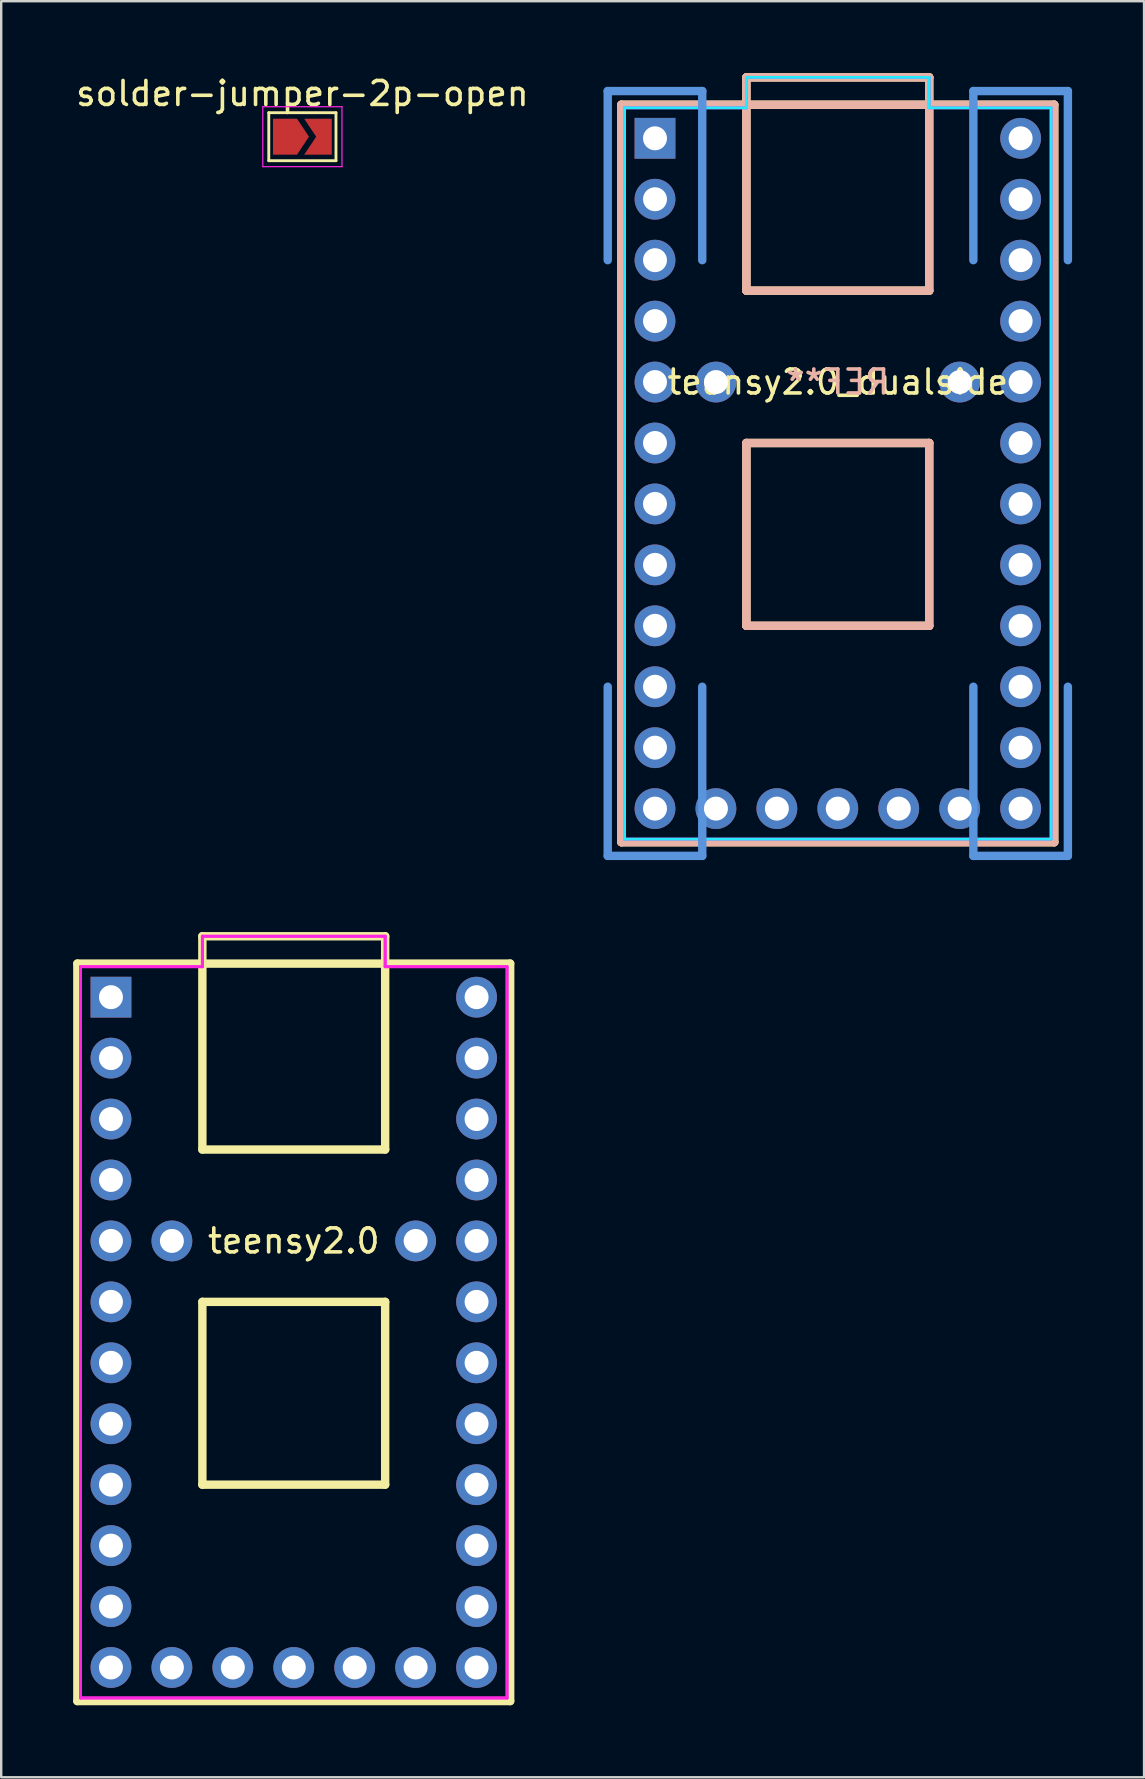
<source format=kicad_pcb>
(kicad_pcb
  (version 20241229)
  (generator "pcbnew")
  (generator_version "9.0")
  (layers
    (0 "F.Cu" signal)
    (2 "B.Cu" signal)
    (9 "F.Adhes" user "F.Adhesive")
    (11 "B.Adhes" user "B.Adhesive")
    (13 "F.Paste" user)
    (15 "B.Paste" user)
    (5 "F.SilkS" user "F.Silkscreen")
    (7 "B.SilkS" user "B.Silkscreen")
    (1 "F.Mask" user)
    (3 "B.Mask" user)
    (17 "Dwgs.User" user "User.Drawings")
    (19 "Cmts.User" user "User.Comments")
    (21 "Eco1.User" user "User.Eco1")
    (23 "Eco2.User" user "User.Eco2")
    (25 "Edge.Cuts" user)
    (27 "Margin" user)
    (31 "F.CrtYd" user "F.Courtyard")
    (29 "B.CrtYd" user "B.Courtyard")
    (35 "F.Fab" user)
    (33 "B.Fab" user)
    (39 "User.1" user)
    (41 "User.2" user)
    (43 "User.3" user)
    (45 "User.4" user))
  (footprint "teensy2.0_dualside"
    (layer "F.Cu")
    (at 31.872 16.685)
    (property "Reference" "teensy2.0_dualside" (at 0 -3.81 180) (layer "F.SilkS") (effects (font (size 1 1) (thickness 0.15))))
    (attr through_hole)
    (fp_line (start -9.02 -15.37) (end 9.02 -15.37) (stroke (width 0.35) (type solid)) (layer "F.SilkS"))
    (fp_line (start -9.02 15.37) (end -9.02 -15.37) (stroke (width 0.35) (type solid)) (layer "F.SilkS"))
    (fp_line (start -3.81 -16.51) (end 3.81 -16.51) (stroke (width 0.35) (type solid)) (layer "F.SilkS"))
    (fp_line (start -3.81 -7.62) (end -3.81 -16.51) (stroke (width 0.35) (type solid)) (layer "F.SilkS"))
    (fp_line (start -3.81 -1.27) (end -3.81 6.35) (stroke (width 0.35) (type solid)) (layer "F.SilkS"))
    (fp_line (start -3.81 6.35) (end 3.81 6.35) (stroke (width 0.35) (type solid)) (layer "F.SilkS"))
    (fp_line (start 3.81 -16.51) (end 3.81 -7.62) (stroke (width 0.35) (type solid)) (layer "F.SilkS"))
    (fp_line (start 3.81 -7.62) (end -3.81 -7.62) (stroke (width 0.35) (type solid)) (layer "F.SilkS"))
    (fp_line (start 3.81 -1.27) (end -3.81 -1.27) (stroke (width 0.35) (type solid)) (layer "F.SilkS"))
    (fp_line (start 3.81 6.35) (end 3.81 -1.27) (stroke (width 0.35) (type solid)) (layer "F.SilkS"))
    (fp_line (start 9.02 -15.37) (end 9.02 15.37) (stroke (width 0.35) (type solid)) (layer "F.SilkS"))
    (fp_line (start 9.02 15.37) (end -9.02 15.37) (stroke (width 0.35) (type solid)) (layer "F.SilkS"))
    (fp_line (start -9.02 -15.37) (end -9.02 15.37) (stroke (width 0.35) (type solid)) (layer "B.SilkS"))
    (fp_line (start -9.02 15.37) (end 9.02 15.37) (stroke (width 0.35) (type solid)) (layer "B.SilkS"))
    (fp_line (start -3.81 -16.51) (end -3.81 -7.62) (stroke (width 0.35) (type solid)) (layer "B.SilkS"))
    (fp_line (start -3.81 -7.62) (end 3.81 -7.62) (stroke (width 0.35) (type solid)) (layer "B.SilkS"))
    (fp_line (start -3.81 -1.27) (end 3.81 -1.27) (stroke (width 0.35) (type solid)) (layer "B.SilkS"))
    (fp_line (start -3.81 6.35) (end -3.81 -1.27) (stroke (width 0.35) (type solid)) (layer "B.SilkS"))
    (fp_line (start 3.81 -16.51) (end -3.81 -16.51) (stroke (width 0.35) (type solid)) (layer "B.SilkS"))
    (fp_line (start 3.81 -7.62) (end 3.81 -16.51) (stroke (width 0.35) (type solid)) (layer "B.SilkS"))
    (fp_line (start 3.81 -1.27) (end 3.81 6.35) (stroke (width 0.35) (type solid)) (layer "B.SilkS"))
    (fp_line (start 3.81 6.35) (end -3.81 6.35) (stroke (width 0.35) (type solid)) (layer "B.SilkS"))
    (fp_line (start 9.02 -15.37) (end -9.02 -15.37) (stroke (width 0.35) (type solid)) (layer "B.SilkS"))
    (fp_line (start 9.02 15.37) (end 9.02 -15.37) (stroke (width 0.35) (type solid)) (layer "B.SilkS"))
    (fp_line (start -9.59 -15.94) (end -5.65 -15.94) (stroke (width 0.35) (type solid)) (layer "Cmts.User"))
    (fp_line (start -9.59 -8.89) (end -9.59 -15.94) (stroke (width 0.35) (type solid)) (layer "Cmts.User"))
    (fp_line (start -9.59 8.89) (end -9.59 15.94) (stroke (width 0.35) (type solid)) (layer "Cmts.User"))
    (fp_line (start -5.65 -8.89) (end -5.65 -15.94) (stroke (width 0.35) (type solid)) (layer "Cmts.User"))
    (fp_line (start -5.65 8.89) (end -5.65 15.94) (stroke (width 0.35) (type solid)) (layer "Cmts.User"))
    (fp_line (start -5.65 15.94) (end -9.59 15.94) (stroke (width 0.35) (type solid)) (layer "Cmts.User"))
    (fp_line (start 5.65 -15.94) (end 9.59 -15.94) (stroke (width 0.35) (type solid)) (layer "Cmts.User"))
    (fp_line (start 5.65 -8.89) (end 5.65 -15.94) (stroke (width 0.35) (type solid)) (layer "Cmts.User"))
    (fp_line (start 5.65 8.89) (end 5.65 15.94) (stroke (width 0.35) (type solid)) (layer "Cmts.User"))
    (fp_line (start 9.59 -8.89) (end 9.59 -15.94) (stroke (width 0.35) (type solid)) (layer "Cmts.User"))
    (fp_line (start 9.59 8.89) (end 9.59 15.94) (stroke (width 0.35) (type solid)) (layer "Cmts.User"))
    (fp_line (start 9.59 15.94) (end 5.65 15.94) (stroke (width 0.35) (type solid)) (layer "Cmts.User"))
    (fp_line (start -9.09 -15.44) (end -6.15 -15.44) (stroke (width 0.1) (type solid)) (layer "Eco1.User"))
    (fp_line (start -9.09 15.44) (end -9.09 -15.44) (stroke (width 0.1) (type solid)) (layer "Eco1.User"))
    (fp_line (start -6.15 -15.44) (end -6.15 15.44) (stroke (width 0.1) (type solid)) (layer "Eco1.User"))
    (fp_line (start -6.15 15.44) (end -9.09 15.44) (stroke (width 0.1) (type solid)) (layer "Eco1.User"))
    (fp_line (start 6.15 -15.44) (end 9.09 -15.44) (stroke (width 0.1) (type solid)) (layer "Eco1.User"))
    (fp_line (start 6.15 15.44) (end 6.15 -15.44) (stroke (width 0.1) (type solid)) (layer "Eco1.User"))
    (fp_line (start 9.09 -15.44) (end 9.09 15.44) (stroke (width 0.1) (type solid)) (layer "Eco1.User"))
    (fp_line (start 9.09 15.44) (end 6.15 15.44) (stroke (width 0.1) (type solid)) (layer "Eco1.User"))
    (fp_line (start -9.09 -15.44) (end -6.15 -15.44) (stroke (width 0.1) (type solid)) (layer "Eco2.User"))
    (fp_line (start -9.09 15.44) (end -9.09 -15.44) (stroke (width 0.1) (type solid)) (layer "Eco2.User"))
    (fp_line (start -6.15 -15.44) (end -6.15 15.44) (stroke (width 0.1) (type solid)) (layer "Eco2.User"))
    (fp_line (start -6.15 15.44) (end -9.09 15.44) (stroke (width 0.1) (type solid)) (layer "Eco2.User"))
    (fp_line (start 6.15 -15.44) (end 9.09 -15.44) (stroke (width 0.1) (type solid)) (layer "Eco2.User"))
    (fp_line (start 6.15 15.44) (end 6.15 -15.44) (stroke (width 0.1) (type solid)) (layer "Eco2.User"))
    (fp_line (start 9.09 -15.44) (end 9.09 15.44) (stroke (width 0.1) (type solid)) (layer "Eco2.User"))
    (fp_line (start 9.09 15.44) (end 6.15 15.44) (stroke (width 0.1) (type solid)) (layer "Eco2.User"))
    (fp_line (start -8.89 -15.24) (end -3.81 -15.24) (stroke (width 0.12) (type solid)) (layer "B.CrtYd"))
    (fp_line (start -8.89 15.24) (end -8.89 -15.24) (stroke (width 0.12) (type solid)) (layer "B.CrtYd"))
    (fp_line (start -3.81 -16.51) (end 3.81 -16.51) (stroke (width 0.12) (type solid)) (layer "B.CrtYd"))
    (fp_line (start -3.81 -15.24) (end -3.81 -16.51) (stroke (width 0.12) (type solid)) (layer "B.CrtYd"))
    (fp_line (start 3.81 -16.51) (end 3.81 -15.24) (stroke (width 0.12) (type solid)) (layer "B.CrtYd"))
    (fp_line (start 3.81 -15.24) (end 8.89 -15.24) (stroke (width 0.12) (type solid)) (layer "B.CrtYd"))
    (fp_line (start 8.89 -15.24) (end 8.89 15.24) (stroke (width 0.12) (type solid)) (layer "B.CrtYd"))
    (fp_line (start 8.89 15.24) (end -8.89 15.24) (stroke (width 0.12) (type solid)) (layer "B.CrtYd"))
    (fp_line (start -8.89 -15.24) (end -8.89 15.24) (stroke (width 0.12) (type solid)) (layer "F.CrtYd"))
    (fp_line (start -8.89 15.24) (end 8.89 15.24) (stroke (width 0.12) (type solid)) (layer "F.CrtYd"))
    (fp_line (start -3.81 -16.51) (end -3.81 -15.24) (stroke (width 0.12) (type solid)) (layer "F.CrtYd"))
    (fp_line (start -3.81 -15.24) (end -8.89 -15.24) (stroke (width 0.12) (type solid)) (layer "F.CrtYd"))
    (fp_line (start 3.81 -16.51) (end -3.81 -16.51) (stroke (width 0.12) (type solid)) (layer "F.CrtYd"))
    (fp_line (start 3.81 -15.24) (end 3.81 -16.51) (stroke (width 0.12) (type solid)) (layer "F.CrtYd"))
    (fp_line (start 8.89 -15.24) (end 3.81 -15.24) (stroke (width 0.12) (type solid)) (layer "F.CrtYd"))
    (fp_line (start 8.89 15.24) (end 8.89 -15.24) (stroke (width 0.12) (type solid)) (layer "F.CrtYd"))
    (fp_text user "REF**" (at 0 -3.81 0) (layer "B.SilkS") (effects (font (size 1 1) (thickness 0.15)) (justify mirror)))
    (pad "1" thru_hole rect (at -7.62 -13.97) (size 1.7 1.7) (drill 1) (layers "*.Cu" "*.Mask"))
    (pad "2" thru_hole circle (at -7.62 -11.43) (size 1.7 1.7) (drill 1) (layers "*.Cu" "*.Mask"))
    (pad "3" thru_hole circle (at -7.62 -8.89) (size 1.7 1.7) (drill 1) (layers "*.Cu" "*.Mask"))
    (pad "4" thru_hole circle (at -7.62 -6.35) (size 1.7 1.7) (drill 1) (layers "*.Cu" "*.Mask"))
    (pad "5" thru_hole circle (at -7.62 -3.81) (size 1.7 1.7) (drill 1) (layers "*.Cu" "*.Mask"))
    (pad "6" thru_hole circle (at -7.62 -1.27) (size 1.7 1.7) (drill 1) (layers "*.Cu" "*.Mask"))
    (pad "7" thru_hole circle (at -7.62 1.27) (size 1.7 1.7) (drill 1) (layers "*.Cu" "*.Mask"))
    (pad "8" thru_hole circle (at -7.62 3.81) (size 1.7 1.7) (drill 1) (layers "*.Cu" "*.Mask"))
    (pad "9" thru_hole circle (at -7.62 6.35) (size 1.7 1.7) (drill 1) (layers "*.Cu" "*.Mask"))
    (pad "10" thru_hole circle (at -7.62 8.89) (size 1.7 1.7) (drill 1) (layers "*.Cu" "*.Mask"))
    (pad "11" thru_hole circle (at -7.62 11.43) (size 1.7 1.7) (drill 1) (layers "*.Cu" "*.Mask"))
    (pad "12" thru_hole circle (at -7.62 13.97) (size 1.7 1.7) (drill 1) (layers "*.Cu" "*.Mask"))
    (pad "13" thru_hole circle (at -5.08 13.97) (size 1.7 1.7) (drill 1) (layers "*.Cu" "*.Mask"))
    (pad "14" thru_hole circle (at -2.54 13.97) (size 1.7 1.7) (drill 1) (layers "*.Cu" "*.Mask"))
    (pad "15" thru_hole circle (at 0 13.97) (size 1.7 1.7) (drill 1) (layers "*.Cu" "*.Mask"))
    (pad "16" thru_hole circle (at 2.54 13.97) (size 1.7 1.7) (drill 1) (layers "*.Cu" "*.Mask"))
    (pad "17" thru_hole circle (at 5.08 13.97) (size 1.7 1.7) (drill 1) (layers "*.Cu" "*.Mask"))
    (pad "18" thru_hole circle (at 7.62 13.97) (size 1.7 1.7) (drill 1) (layers "*.Cu" "*.Mask"))
    (pad "19" thru_hole circle (at 7.62 11.43) (size 1.7 1.7) (drill 1) (layers "*.Cu" "*.Mask"))
    (pad "20" thru_hole circle (at 7.62 8.89) (size 1.7 1.7) (drill 1) (layers "*.Cu" "*.Mask"))
    (pad "21" thru_hole circle (at 7.62 6.35) (size 1.7 1.7) (drill 1) (layers "*.Cu" "*.Mask"))
    (pad "22" thru_hole circle (at 7.62 3.81) (size 1.7 1.7) (drill 1) (layers "*.Cu" "*.Mask"))
    (pad "23" thru_hole circle (at 7.62 1.27) (size 1.7 1.7) (drill 1) (layers "*.Cu" "*.Mask"))
    (pad "24" thru_hole circle (at 7.62 -1.27) (size 1.7 1.7) (drill 1) (layers "*.Cu" "*.Mask"))
    (pad "25" thru_hole circle (at 7.62 -3.81) (size 1.7 1.7) (drill 1) (layers "*.Cu" "*.Mask"))
    (pad "26" thru_hole circle (at 7.62 -6.35) (size 1.7 1.7) (drill 1) (layers "*.Cu" "*.Mask"))
    (pad "27" thru_hole circle (at 7.62 -8.89) (size 1.7 1.7) (drill 1) (layers "*.Cu" "*.Mask"))
    (pad "28" thru_hole circle (at 7.62 -11.43) (size 1.7 1.7) (drill 1) (layers "*.Cu" "*.Mask"))
    (pad "29" thru_hole circle (at 7.62 -13.97) (size 1.7 1.7) (drill 1) (layers "*.Cu" "*.Mask"))
    (pad "30" thru_hole circle (at -5.08 -3.81) (size 1.7 1.7) (drill 1) (layers "*.Cu" "*.Mask"))
    (pad "31" thru_hole circle (at 5.08 -3.81) (size 1.7 1.7) (drill 1) (layers "*.Cu" "*.Mask")))
  (footprint "solder-jumper-2p-open"
    (layer "F.Cu")
    (at 9.554 2.648)
    (property "Reference" "solder-jumper-2p-open" (at 0 -1.8 0) (layer "F.SilkS") (effects (font (size 1 1) (thickness 0.15))))
    (attr exclude_from_pos_files exclude_from_bom)
    (fp_line (start -1.4 -1) (end 1.4 -1) (stroke (width 0.12) (type solid)) (layer "F.SilkS"))
    (fp_line (start -1.4 1) (end -1.4 -1) (stroke (width 0.12) (type solid)) (layer "F.SilkS"))
    (fp_line (start 1.4 -1) (end 1.4 1) (stroke (width 0.12) (type solid)) (layer "F.SilkS"))
    (fp_line (start 1.4 1) (end -1.4 1) (stroke (width 0.12) (type solid)) (layer "F.SilkS"))
    (fp_line (start -1.65 -1.25) (end -1.65 1.25) (stroke (width 0.05) (type solid)) (layer "F.CrtYd"))
    (fp_line (start -1.65 -1.25) (end 1.65 -1.25) (stroke (width 0.05) (type solid)) (layer "F.CrtYd"))
    (fp_line (start 1.65 1.25) (end -1.65 1.25) (stroke (width 0.05) (type solid)) (layer "F.CrtYd"))
    (fp_line (start 1.65 1.25) (end 1.65 -1.25) (stroke (width 0.05) (type solid)) (layer "F.CrtYd"))
    (pad "1" smd custom (at -0.725 0) (size 0.3 0.3) (layers "F.Cu" "F.Mask") (options (anchor rect)) (primitives (gr_poly (pts (xy -0.5 -0.75) (xy 0.5 -0.75) (xy 1 0) (xy 0.5 0.75) (xy -0.5 0.75)) (width 0) (fill yes))))
    (pad "2" smd custom (at 0.725 0) (size 0.3 0.3) (layers "F.Cu" "F.Mask") (options (anchor rect)) (primitives (gr_poly (pts (xy -0.65 -0.75) (xy 0.5 -0.75) (xy 0.5 0.75) (xy -0.65 0.75) (xy -0.15 0)) (width 0) (fill yes)))))
  (footprint "teensy2.0"
    (layer "F.Cu")
    (at 9.195 52.485)
    (property "Reference" "teensy2.0" (at 0 -3.81 180) (layer "F.SilkS") (effects (font (size 1 1) (thickness 0.15))))
    (attr through_hole)
    (fp_line (start -9.02 -15.37) (end 9.02 -15.37) (stroke (width 0.35) (type solid)) (layer "F.SilkS"))
    (fp_line (start -9.02 15.37) (end -9.02 -15.37) (stroke (width 0.35) (type solid)) (layer "F.SilkS"))
    (fp_line (start -3.81 -16.51) (end 3.81 -16.51) (stroke (width 0.35) (type solid)) (layer "F.SilkS"))
    (fp_line (start -3.81 -7.62) (end -3.81 -16.51) (stroke (width 0.35) (type solid)) (layer "F.SilkS"))
    (fp_line (start -3.81 -1.27) (end -3.81 6.35) (stroke (width 0.35) (type solid)) (layer "F.SilkS"))
    (fp_line (start -3.81 6.35) (end 3.81 6.35) (stroke (width 0.35) (type solid)) (layer "F.SilkS"))
    (fp_line (start 3.81 -16.51) (end 3.81 -7.62) (stroke (width 0.35) (type solid)) (layer "F.SilkS"))
    (fp_line (start 3.81 -7.62) (end -3.81 -7.62) (stroke (width 0.35) (type solid)) (layer "F.SilkS"))
    (fp_line (start 3.81 -1.27) (end -3.81 -1.27) (stroke (width 0.35) (type solid)) (layer "F.SilkS"))
    (fp_line (start 3.81 6.35) (end 3.81 -1.27) (stroke (width 0.35) (type solid)) (layer "F.SilkS"))
    (fp_line (start 9.02 -15.37) (end 9.02 15.37) (stroke (width 0.35) (type solid)) (layer "F.SilkS"))
    (fp_line (start 9.02 15.37) (end -9.02 15.37) (stroke (width 0.35) (type solid)) (layer "F.SilkS"))
    (fp_line (start -8.89 -15.24) (end -8.89 15.24) (stroke (width 0.12) (type solid)) (layer "F.CrtYd"))
    (fp_line (start -8.89 -15.24) (end -8.89 15.24) (stroke (width 0.12) (type solid)) (layer "F.CrtYd"))
    (fp_line (start -8.89 15.24) (end 8.89 15.24) (stroke (width 0.12) (type solid)) (layer "F.CrtYd"))
    (fp_line (start -8.89 15.24) (end 8.89 15.24) (stroke (width 0.12) (type solid)) (layer "F.CrtYd"))
    (fp_line (start -3.81 -16.51) (end -3.81 -15.24) (stroke (width 0.12) (type solid)) (layer "F.CrtYd"))
    (fp_line (start -3.81 -16.51) (end -3.81 -15.24) (stroke (width 0.12) (type solid)) (layer "F.CrtYd"))
    (fp_line (start -3.81 -15.24) (end -8.89 -15.24) (stroke (width 0.12) (type solid)) (layer "F.CrtYd"))
    (fp_line (start -3.81 -15.24) (end -8.89 -15.24) (stroke (width 0.12) (type solid)) (layer "F.CrtYd"))
    (fp_line (start 3.81 -16.51) (end -3.81 -16.51) (stroke (width 0.12) (type solid)) (layer "F.CrtYd"))
    (fp_line (start 3.81 -16.51) (end -3.81 -16.51) (stroke (width 0.12) (type solid)) (layer "F.CrtYd"))
    (fp_line (start 3.81 -15.24) (end 3.81 -16.51) (stroke (width 0.12) (type solid)) (layer "F.CrtYd"))
    (fp_line (start 3.81 -15.24) (end 3.81 -16.51) (stroke (width 0.12) (type solid)) (layer "F.CrtYd"))
    (fp_line (start 8.89 -15.24) (end 3.81 -15.24) (stroke (width 0.12) (type solid)) (layer "F.CrtYd"))
    (fp_line (start 8.89 -15.24) (end 3.81 -15.24) (stroke (width 0.12) (type solid)) (layer "F.CrtYd"))
    (fp_line (start 8.89 15.24) (end 8.89 -15.24) (stroke (width 0.12) (type solid)) (layer "F.CrtYd"))
    (fp_line (start 8.89 15.24) (end 8.89 -15.24) (stroke (width 0.12) (type solid)) (layer "F.CrtYd"))
    (pad "1" thru_hole rect (at -7.62 -13.97) (size 1.7 1.7) (drill 1) (layers "*.Cu" "*.Mask"))
    (pad "2" thru_hole circle (at -7.62 -11.43) (size 1.7 1.7) (drill 1) (layers "*.Cu" "*.Mask"))
    (pad "3" thru_hole circle (at -7.62 -8.89) (size 1.7 1.7) (drill 1) (layers "*.Cu" "*.Mask"))
    (pad "4" thru_hole circle (at -7.62 -6.35) (size 1.7 1.7) (drill 1) (layers "*.Cu" "*.Mask"))
    (pad "5" thru_hole circle (at -7.62 -3.81) (size 1.7 1.7) (drill 1) (layers "*.Cu" "*.Mask"))
    (pad "6" thru_hole circle (at -7.62 -1.27) (size 1.7 1.7) (drill 1) (layers "*.Cu" "*.Mask"))
    (pad "7" thru_hole circle (at -7.62 1.27) (size 1.7 1.7) (drill 1) (layers "*.Cu" "*.Mask"))
    (pad "8" thru_hole circle (at -7.62 3.81) (size 1.7 1.7) (drill 1) (layers "*.Cu" "*.Mask"))
    (pad "9" thru_hole circle (at -7.62 6.35) (size 1.7 1.7) (drill 1) (layers "*.Cu" "*.Mask"))
    (pad "10" thru_hole circle (at -7.62 8.89) (size 1.7 1.7) (drill 1) (layers "*.Cu" "*.Mask"))
    (pad "11" thru_hole circle (at -7.62 11.43) (size 1.7 1.7) (drill 1) (layers "*.Cu" "*.Mask"))
    (pad "12" thru_hole circle (at -7.62 13.97) (size 1.7 1.7) (drill 1) (layers "*.Cu" "*.Mask"))
    (pad "13" thru_hole circle (at -5.08 13.97) (size 1.7 1.7) (drill 1) (layers "*.Cu" "*.Mask"))
    (pad "14" thru_hole circle (at -2.54 13.97) (size 1.7 1.7) (drill 1) (layers "*.Cu" "*.Mask"))
    (pad "15" thru_hole circle (at 0 13.97) (size 1.7 1.7) (drill 1) (layers "*.Cu" "*.Mask"))
    (pad "16" thru_hole circle (at 2.54 13.97) (size 1.7 1.7) (drill 1) (layers "*.Cu" "*.Mask"))
    (pad "17" thru_hole circle (at 5.08 13.97) (size 1.7 1.7) (drill 1) (layers "*.Cu" "*.Mask"))
    (pad "18" thru_hole circle (at 7.62 13.97) (size 1.7 1.7) (drill 1) (layers "*.Cu" "*.Mask"))
    (pad "19" thru_hole circle (at 7.62 11.43) (size 1.7 1.7) (drill 1) (layers "*.Cu" "*.Mask"))
    (pad "20" thru_hole circle (at 7.62 8.89) (size 1.7 1.7) (drill 1) (layers "*.Cu" "*.Mask"))
    (pad "21" thru_hole circle (at 7.62 6.35) (size 1.7 1.7) (drill 1) (layers "*.Cu" "*.Mask"))
    (pad "22" thru_hole circle (at 7.62 3.81) (size 1.7 1.7) (drill 1) (layers "*.Cu" "*.Mask"))
    (pad "23" thru_hole circle (at 7.62 1.27) (size 1.7 1.7) (drill 1) (layers "*.Cu" "*.Mask"))
    (pad "24" thru_hole circle (at 7.62 -1.27) (size 1.7 1.7) (drill 1) (layers "*.Cu" "*.Mask"))
    (pad "25" thru_hole circle (at 7.62 -3.81) (size 1.7 1.7) (drill 1) (layers "*.Cu" "*.Mask"))
    (pad "26" thru_hole circle (at 7.62 -6.35) (size 1.7 1.7) (drill 1) (layers "*.Cu" "*.Mask"))
    (pad "27" thru_hole circle (at 7.62 -8.89) (size 1.7 1.7) (drill 1) (layers "*.Cu" "*.Mask"))
    (pad "28" thru_hole circle (at 7.62 -11.43) (size 1.7 1.7) (drill 1) (layers "*.Cu" "*.Mask"))
    (pad "29" thru_hole circle (at 7.62 -13.97) (size 1.7 1.7) (drill 1) (layers "*.Cu" "*.Mask"))
    (pad "30" thru_hole circle (at -5.08 -3.81) (size 1.7 1.7) (drill 1) (layers "*.Cu" "*.Mask"))
    (pad "31" thru_hole circle (at 5.08 -3.81) (size 1.7 1.7) (drill 1) (layers "*.Cu" "*.Mask")))
  (gr_rect
    (start -3 -3)
    (end 44.637 71.03)
    (stroke (width 0.1) (type default))
    (fill no)
    (layer "Edge.Cuts")))
</source>
